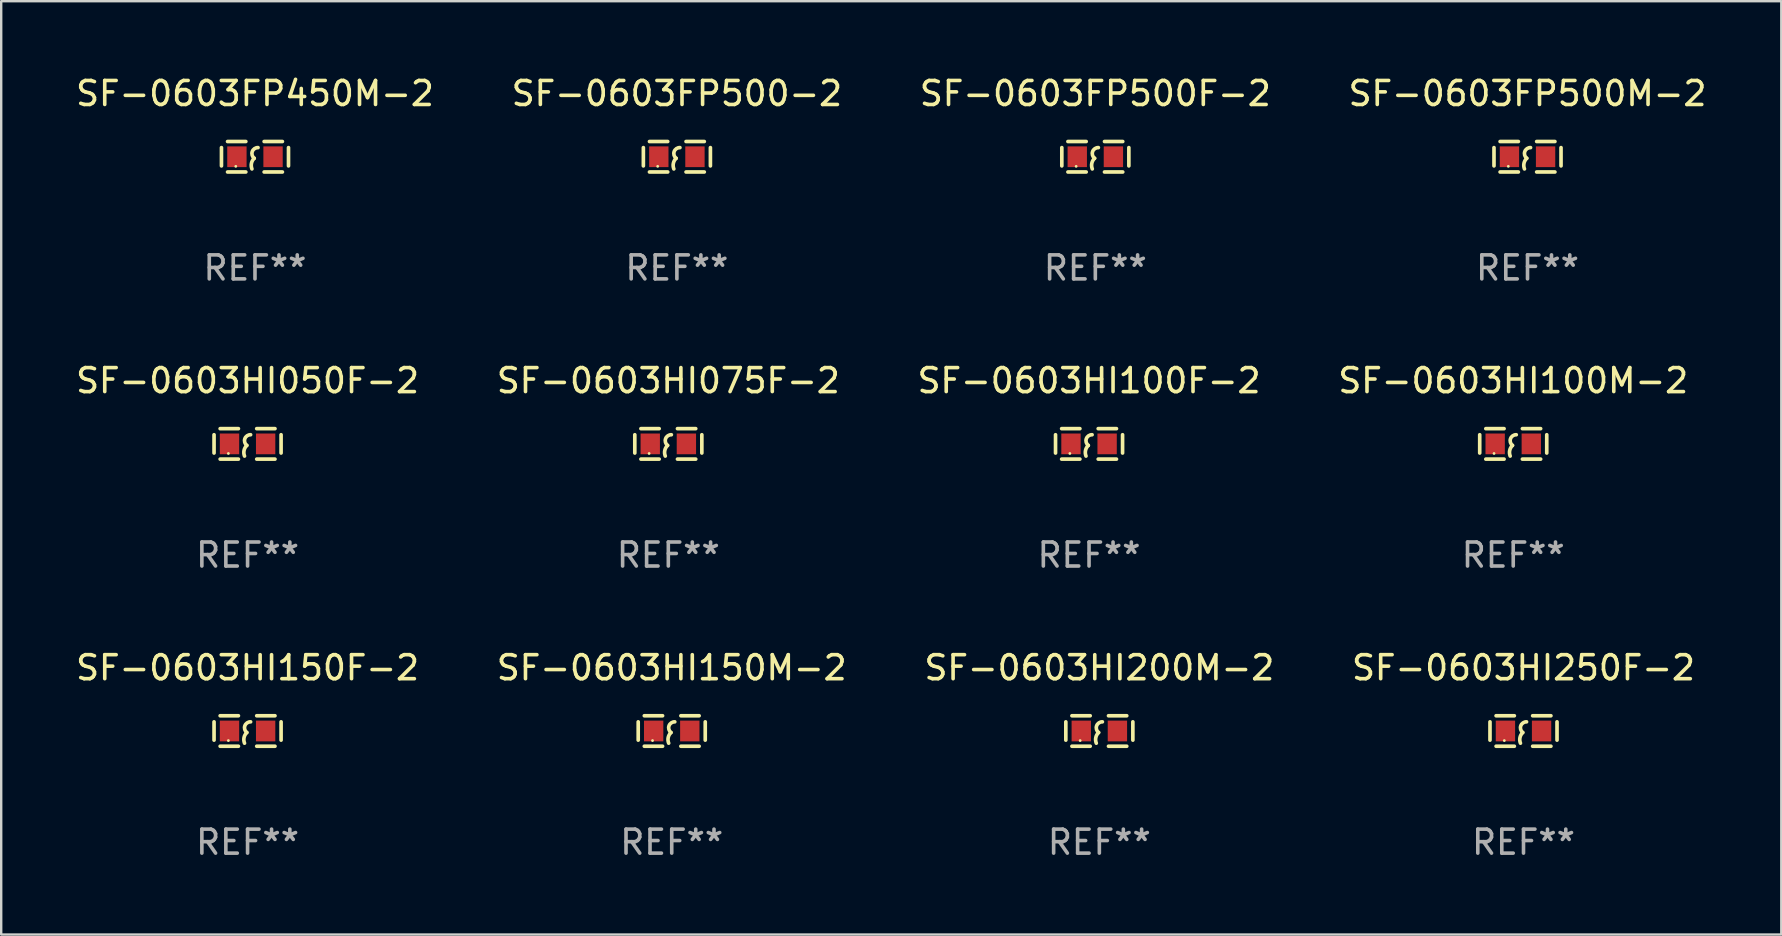
<source format=kicad_pcb>
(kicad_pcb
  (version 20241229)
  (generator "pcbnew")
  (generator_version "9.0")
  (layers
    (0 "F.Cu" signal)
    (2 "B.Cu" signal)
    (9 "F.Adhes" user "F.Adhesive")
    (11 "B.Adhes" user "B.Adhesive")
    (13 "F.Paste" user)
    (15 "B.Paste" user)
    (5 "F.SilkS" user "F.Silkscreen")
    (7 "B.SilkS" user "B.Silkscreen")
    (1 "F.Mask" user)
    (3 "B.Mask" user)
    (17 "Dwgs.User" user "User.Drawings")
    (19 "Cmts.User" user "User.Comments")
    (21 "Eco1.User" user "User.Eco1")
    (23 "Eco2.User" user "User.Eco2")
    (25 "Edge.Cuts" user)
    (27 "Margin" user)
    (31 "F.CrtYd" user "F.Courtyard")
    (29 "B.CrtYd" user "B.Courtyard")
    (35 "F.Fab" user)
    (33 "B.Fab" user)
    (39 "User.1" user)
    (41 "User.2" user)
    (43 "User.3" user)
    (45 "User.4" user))
  (footprint "SF-0603HI100F-2"
    (layer "F.Cu")
    (at 42.339 15.45)
    (property "Reference" "SF-0603HI100F-2" (at 0 -2.635 0) (layer "F.SilkS") (effects (font (size 1 1) (thickness 0.15))))
    (attr through_hole)
    (fp_line (start -1.397 -0.381) (end -1.397 0.381) (stroke (width 0.152) (type solid)) (layer "F.SilkS"))
    (fp_line (start -0.381 -0.635) (end -1.143 -0.635) (stroke (width 0.152) (type solid)) (layer "F.SilkS"))
    (fp_line (start -0.381 0.635) (end -1.143 0.635) (stroke (width 0.152) (type solid)) (layer "F.SilkS"))
    (fp_line (start 0.381 -0.635) (end 1.143 -0.635) (stroke (width 0.152) (type solid)) (layer "F.SilkS"))
    (fp_line (start 0.381 0.635) (end 1.143 0.635) (stroke (width 0.152) (type solid)) (layer "F.SilkS"))
    (fp_line (start 1.397 -0.381) (end 1.397 0.381) (stroke (width 0.152) (type solid)) (layer "F.SilkS"))
    (fp_arc (start -0.127 0.508001) (mid -0.146523 0.271131) (end -0.030861 0.0635) (stroke (width 0.151994) (type solid)) (layer "F.SilkS"))
    (fp_arc (start -0.03175 0.0635) (mid -0.113571 -0.216321) (end 0.127001 -0.381002) (stroke (width 0.151994) (type solid)) (layer "F.SilkS"))
    (fp_circle (center -0.8 0.4) (end -0.77 0.4) (stroke (width 0.06) (type solid)) (fill no) (layer "F.SilkS"))
    (fp_text user "REF**" (at 0 4.635 0) (layer "F.Fab") (effects (font (size 1 1) (thickness 0.15))))
    (pad "1" smd rect (at -0.753 0) (size 0.806 0.864) (layers "F.Cu" "F.Mask" "F.Paste"))
    (pad "2" smd rect (at 0.753 0) (size 0.806 0.864) (layers "F.Cu" "F.Mask" "F.Paste")))
  (footprint "SF-0603FP500F-2"
    (layer "F.Cu")
    (at 42.601 3.483)
    (property "Reference" "SF-0603FP500F-2" (at 0 -2.635 0) (layer "F.SilkS") (effects (font (size 1 1) (thickness 0.15))))
    (attr through_hole)
    (fp_line (start -1.397 -0.381) (end -1.397 0.381) (stroke (width 0.152) (type solid)) (layer "F.SilkS"))
    (fp_line (start -0.381 -0.635) (end -1.143 -0.635) (stroke (width 0.152) (type solid)) (layer "F.SilkS"))
    (fp_line (start -0.381 0.635) (end -1.143 0.635) (stroke (width 0.152) (type solid)) (layer "F.SilkS"))
    (fp_line (start 0.381 -0.635) (end 1.143 -0.635) (stroke (width 0.152) (type solid)) (layer "F.SilkS"))
    (fp_line (start 0.381 0.635) (end 1.143 0.635) (stroke (width 0.152) (type solid)) (layer "F.SilkS"))
    (fp_line (start 1.397 -0.381) (end 1.397 0.381) (stroke (width 0.152) (type solid)) (layer "F.SilkS"))
    (fp_arc (start -0.127 0.508001) (mid -0.146523 0.271131) (end -0.030861 0.0635) (stroke (width 0.151994) (type solid)) (layer "F.SilkS"))
    (fp_arc (start -0.03175 0.0635) (mid -0.113571 -0.216321) (end 0.127001 -0.381002) (stroke (width 0.151994) (type solid)) (layer "F.SilkS"))
    (fp_circle (center -0.8 0.4) (end -0.77 0.4) (stroke (width 0.06) (type solid)) (fill no) (layer "F.SilkS"))
    (fp_text user "REF**" (at 0 4.635 0) (layer "F.Fab") (effects (font (size 1 1) (thickness 0.15))))
    (pad "1" smd rect (at -0.753 0) (size 0.806 0.864) (layers "F.Cu" "F.Mask" "F.Paste"))
    (pad "2" smd rect (at 0.753 0) (size 0.806 0.864) (layers "F.Cu" "F.Mask" "F.Paste")))
  (footprint "SF-0603HI250F-2"
    (layer "F.Cu")
    (at 60.446 27.416)
    (property "Reference" "SF-0603HI250F-2" (at 0 -2.635 0) (layer "F.SilkS") (effects (font (size 1 1) (thickness 0.15))))
    (attr through_hole)
    (fp_line (start -1.397 -0.381) (end -1.397 0.381) (stroke (width 0.152) (type solid)) (layer "F.SilkS"))
    (fp_line (start -0.381 -0.635) (end -1.143 -0.635) (stroke (width 0.152) (type solid)) (layer "F.SilkS"))
    (fp_line (start -0.381 0.635) (end -1.143 0.635) (stroke (width 0.152) (type solid)) (layer "F.SilkS"))
    (fp_line (start 0.381 -0.635) (end 1.143 -0.635) (stroke (width 0.152) (type solid)) (layer "F.SilkS"))
    (fp_line (start 0.381 0.635) (end 1.143 0.635) (stroke (width 0.152) (type solid)) (layer "F.SilkS"))
    (fp_line (start 1.397 -0.381) (end 1.397 0.381) (stroke (width 0.152) (type solid)) (layer "F.SilkS"))
    (fp_arc (start -0.127 0.508001) (mid -0.146523 0.271131) (end -0.030861 0.0635) (stroke (width 0.151994) (type solid)) (layer "F.SilkS"))
    (fp_arc (start -0.03175 0.0635) (mid -0.113571 -0.216321) (end 0.127001 -0.381002) (stroke (width 0.151994) (type solid)) (layer "F.SilkS"))
    (fp_circle (center -0.8 0.4) (end -0.77 0.4) (stroke (width 0.06) (type solid)) (fill no) (layer "F.SilkS"))
    (fp_text user "REF**" (at 0 4.635 0) (layer "F.Fab") (effects (font (size 1 1) (thickness 0.15))))
    (pad "1" smd rect (at -0.753 0) (size 0.806 0.864) (layers "F.Cu" "F.Mask" "F.Paste"))
    (pad "2" smd rect (at 0.753 0) (size 0.806 0.864) (layers "F.Cu" "F.Mask" "F.Paste")))
  (footprint "SF-0603HI200M-2"
    (layer "F.Cu")
    (at 42.768 27.416)
    (property "Reference" "SF-0603HI200M-2" (at 0 -2.635 0) (layer "F.SilkS") (effects (font (size 1 1) (thickness 0.15))))
    (attr through_hole)
    (fp_line (start -1.397 -0.381) (end -1.397 0.381) (stroke (width 0.152) (type solid)) (layer "F.SilkS"))
    (fp_line (start -0.381 -0.635) (end -1.143 -0.635) (stroke (width 0.152) (type solid)) (layer "F.SilkS"))
    (fp_line (start -0.381 0.635) (end -1.143 0.635) (stroke (width 0.152) (type solid)) (layer "F.SilkS"))
    (fp_line (start 0.381 -0.635) (end 1.143 -0.635) (stroke (width 0.152) (type solid)) (layer "F.SilkS"))
    (fp_line (start 0.381 0.635) (end 1.143 0.635) (stroke (width 0.152) (type solid)) (layer "F.SilkS"))
    (fp_line (start 1.397 -0.381) (end 1.397 0.381) (stroke (width 0.152) (type solid)) (layer "F.SilkS"))
    (fp_arc (start -0.127 0.508001) (mid -0.146523 0.271131) (end -0.030861 0.0635) (stroke (width 0.151994) (type solid)) (layer "F.SilkS"))
    (fp_arc (start -0.03175 0.0635) (mid -0.113571 -0.216321) (end 0.127001 -0.381002) (stroke (width 0.151994) (type solid)) (layer "F.SilkS"))
    (fp_circle (center -0.8 0.4) (end -0.77 0.4) (stroke (width 0.06) (type solid)) (fill no) (layer "F.SilkS"))
    (fp_text user "REF**" (at 0 4.635 0) (layer "F.Fab") (effects (font (size 1 1) (thickness 0.15))))
    (pad "1" smd rect (at -0.753 0) (size 0.806 0.864) (layers "F.Cu" "F.Mask" "F.Paste"))
    (pad "2" smd rect (at 0.753 0) (size 0.806 0.864) (layers "F.Cu" "F.Mask" "F.Paste")))
  (footprint "SF-0603HI100M-2"
    (layer "F.Cu")
    (at 60.018 15.45)
    (property "Reference" "SF-0603HI100M-2" (at 0 -2.635 0) (layer "F.SilkS") (effects (font (size 1 1) (thickness 0.15))))
    (attr through_hole)
    (fp_line (start -1.397 -0.381) (end -1.397 0.381) (stroke (width 0.152) (type solid)) (layer "F.SilkS"))
    (fp_line (start -0.381 -0.635) (end -1.143 -0.635) (stroke (width 0.152) (type solid)) (layer "F.SilkS"))
    (fp_line (start -0.381 0.635) (end -1.143 0.635) (stroke (width 0.152) (type solid)) (layer "F.SilkS"))
    (fp_line (start 0.381 -0.635) (end 1.143 -0.635) (stroke (width 0.152) (type solid)) (layer "F.SilkS"))
    (fp_line (start 0.381 0.635) (end 1.143 0.635) (stroke (width 0.152) (type solid)) (layer "F.SilkS"))
    (fp_line (start 1.397 -0.381) (end 1.397 0.381) (stroke (width 0.152) (type solid)) (layer "F.SilkS"))
    (fp_arc (start -0.127 0.508001) (mid -0.146523 0.271131) (end -0.030861 0.0635) (stroke (width 0.151994) (type solid)) (layer "F.SilkS"))
    (fp_arc (start -0.03175 0.0635) (mid -0.113571 -0.216321) (end 0.127001 -0.381002) (stroke (width 0.151994) (type solid)) (layer "F.SilkS"))
    (fp_circle (center -0.8 0.4) (end -0.77 0.4) (stroke (width 0.06) (type solid)) (fill no) (layer "F.SilkS"))
    (fp_text user "REF**" (at 0 4.635 0) (layer "F.Fab") (effects (font (size 1 1) (thickness 0.15))))
    (pad "1" smd rect (at -0.753 0) (size 0.806 0.864) (layers "F.Cu" "F.Mask" "F.Paste"))
    (pad "2" smd rect (at 0.753 0) (size 0.806 0.864) (layers "F.Cu" "F.Mask" "F.Paste")))
  (footprint "SF-0603FP500M-2"
    (layer "F.Cu")
    (at 60.613 3.483)
    (property "Reference" "SF-0603FP500M-2" (at 0 -2.635 0) (layer "F.SilkS") (effects (font (size 1 1) (thickness 0.15))))
    (attr through_hole)
    (fp_line (start -1.397 -0.381) (end -1.397 0.381) (stroke (width 0.152) (type solid)) (layer "F.SilkS"))
    (fp_line (start -0.381 -0.635) (end -1.143 -0.635) (stroke (width 0.152) (type solid)) (layer "F.SilkS"))
    (fp_line (start -0.381 0.635) (end -1.143 0.635) (stroke (width 0.152) (type solid)) (layer "F.SilkS"))
    (fp_line (start 0.381 -0.635) (end 1.143 -0.635) (stroke (width 0.152) (type solid)) (layer "F.SilkS"))
    (fp_line (start 0.381 0.635) (end 1.143 0.635) (stroke (width 0.152) (type solid)) (layer "F.SilkS"))
    (fp_line (start 1.397 -0.381) (end 1.397 0.381) (stroke (width 0.152) (type solid)) (layer "F.SilkS"))
    (fp_arc (start -0.127 0.508001) (mid -0.146523 0.271131) (end -0.030861 0.0635) (stroke (width 0.151994) (type solid)) (layer "F.SilkS"))
    (fp_arc (start -0.03175 0.0635) (mid -0.113571 -0.216321) (end 0.127001 -0.381002) (stroke (width 0.151994) (type solid)) (layer "F.SilkS"))
    (fp_circle (center -0.8 0.4) (end -0.77 0.4) (stroke (width 0.06) (type solid)) (fill no) (layer "F.SilkS"))
    (fp_text user "REF**" (at 0 4.635 0) (layer "F.Fab") (effects (font (size 1 1) (thickness 0.15))))
    (pad "1" smd rect (at -0.753 0) (size 0.806 0.864) (layers "F.Cu" "F.Mask" "F.Paste"))
    (pad "2" smd rect (at 0.753 0) (size 0.806 0.864) (layers "F.Cu" "F.Mask" "F.Paste")))
  (footprint "SF-0603HI050F-2"
    (layer "F.Cu")
    (at 7.268 15.45)
    (property "Reference" "SF-0603HI050F-2" (at 0 -2.635 0) (layer "F.SilkS") (effects (font (size 1 1) (thickness 0.15))))
    (attr through_hole)
    (fp_line (start -1.397 -0.381) (end -1.397 0.381) (stroke (width 0.152) (type solid)) (layer "F.SilkS"))
    (fp_line (start -0.381 -0.635) (end -1.143 -0.635) (stroke (width 0.152) (type solid)) (layer "F.SilkS"))
    (fp_line (start -0.381 0.635) (end -1.143 0.635) (stroke (width 0.152) (type solid)) (layer "F.SilkS"))
    (fp_line (start 0.381 -0.635) (end 1.143 -0.635) (stroke (width 0.152) (type solid)) (layer "F.SilkS"))
    (fp_line (start 0.381 0.635) (end 1.143 0.635) (stroke (width 0.152) (type solid)) (layer "F.SilkS"))
    (fp_line (start 1.397 -0.381) (end 1.397 0.381) (stroke (width 0.152) (type solid)) (layer "F.SilkS"))
    (fp_arc (start -0.127 0.508001) (mid -0.146523 0.271131) (end -0.030861 0.0635) (stroke (width 0.151994) (type solid)) (layer "F.SilkS"))
    (fp_arc (start -0.03175 0.0635) (mid -0.113571 -0.216321) (end 0.127001 -0.381002) (stroke (width 0.151994) (type solid)) (layer "F.SilkS"))
    (fp_circle (center -0.8 0.4) (end -0.77 0.4) (stroke (width 0.06) (type solid)) (fill no) (layer "F.SilkS"))
    (fp_text user "REF**" (at 0 4.635 0) (layer "F.Fab") (effects (font (size 1 1) (thickness 0.15))))
    (pad "1" smd rect (at -0.753 0) (size 0.806 0.864) (layers "F.Cu" "F.Mask" "F.Paste"))
    (pad "2" smd rect (at 0.753 0) (size 0.806 0.864) (layers "F.Cu" "F.Mask" "F.Paste")))
  (footprint "SF-0603HI150M-2"
    (layer "F.Cu")
    (at 24.946 27.416)
    (property "Reference" "SF-0603HI150M-2" (at 0 -2.635 0) (layer "F.SilkS") (effects (font (size 1 1) (thickness 0.15))))
    (attr through_hole)
    (fp_line (start -1.397 -0.381) (end -1.397 0.381) (stroke (width 0.152) (type solid)) (layer "F.SilkS"))
    (fp_line (start -0.381 -0.635) (end -1.143 -0.635) (stroke (width 0.152) (type solid)) (layer "F.SilkS"))
    (fp_line (start -0.381 0.635) (end -1.143 0.635) (stroke (width 0.152) (type solid)) (layer "F.SilkS"))
    (fp_line (start 0.381 -0.635) (end 1.143 -0.635) (stroke (width 0.152) (type solid)) (layer "F.SilkS"))
    (fp_line (start 0.381 0.635) (end 1.143 0.635) (stroke (width 0.152) (type solid)) (layer "F.SilkS"))
    (fp_line (start 1.397 -0.381) (end 1.397 0.381) (stroke (width 0.152) (type solid)) (layer "F.SilkS"))
    (fp_arc (start -0.127 0.508001) (mid -0.146523 0.271131) (end -0.030861 0.0635) (stroke (width 0.151994) (type solid)) (layer "F.SilkS"))
    (fp_arc (start -0.03175 0.0635) (mid -0.113571 -0.216321) (end 0.127001 -0.381002) (stroke (width 0.151994) (type solid)) (layer "F.SilkS"))
    (fp_circle (center -0.8 0.4) (end -0.77 0.4) (stroke (width 0.06) (type solid)) (fill no) (layer "F.SilkS"))
    (fp_text user "REF**" (at 0 4.635 0) (layer "F.Fab") (effects (font (size 1 1) (thickness 0.15))))
    (pad "1" smd rect (at -0.753 0) (size 0.806 0.864) (layers "F.Cu" "F.Mask" "F.Paste"))
    (pad "2" smd rect (at 0.753 0) (size 0.806 0.864) (layers "F.Cu" "F.Mask" "F.Paste")))
  (footprint "SF-0603HI075F-2"
    (layer "F.Cu")
    (at 24.804 15.45)
    (property "Reference" "SF-0603HI075F-2" (at 0 -2.635 0) (layer "F.SilkS") (effects (font (size 1 1) (thickness 0.15))))
    (attr through_hole)
    (fp_line (start -1.397 -0.381) (end -1.397 0.381) (stroke (width 0.152) (type solid)) (layer "F.SilkS"))
    (fp_line (start -0.381 -0.635) (end -1.143 -0.635) (stroke (width 0.152) (type solid)) (layer "F.SilkS"))
    (fp_line (start -0.381 0.635) (end -1.143 0.635) (stroke (width 0.152) (type solid)) (layer "F.SilkS"))
    (fp_line (start 0.381 -0.635) (end 1.143 -0.635) (stroke (width 0.152) (type solid)) (layer "F.SilkS"))
    (fp_line (start 0.381 0.635) (end 1.143 0.635) (stroke (width 0.152) (type solid)) (layer "F.SilkS"))
    (fp_line (start 1.397 -0.381) (end 1.397 0.381) (stroke (width 0.152) (type solid)) (layer "F.SilkS"))
    (fp_arc (start -0.127 0.508001) (mid -0.146523 0.271131) (end -0.030861 0.0635) (stroke (width 0.151994) (type solid)) (layer "F.SilkS"))
    (fp_arc (start -0.03175 0.0635) (mid -0.113571 -0.216321) (end 0.127001 -0.381002) (stroke (width 0.151994) (type solid)) (layer "F.SilkS"))
    (fp_circle (center -0.8 0.4) (end -0.77 0.4) (stroke (width 0.06) (type solid)) (fill no) (layer "F.SilkS"))
    (fp_text user "REF**" (at 0 4.635 0) (layer "F.Fab") (effects (font (size 1 1) (thickness 0.15))))
    (pad "1" smd rect (at -0.753 0) (size 0.806 0.864) (layers "F.Cu" "F.Mask" "F.Paste"))
    (pad "2" smd rect (at 0.753 0) (size 0.806 0.864) (layers "F.Cu" "F.Mask" "F.Paste")))
  (footprint "SF-0603FP500-2"
    (layer "F.Cu")
    (at 25.161 3.483)
    (property "Reference" "SF-0603FP500-2" (at 0 -2.635 0) (layer "F.SilkS") (effects (font (size 1 1) (thickness 0.15))))
    (attr through_hole)
    (fp_line (start -1.397 -0.381) (end -1.397 0.381) (stroke (width 0.152) (type solid)) (layer "F.SilkS"))
    (fp_line (start -0.381 -0.635) (end -1.143 -0.635) (stroke (width 0.152) (type solid)) (layer "F.SilkS"))
    (fp_line (start -0.381 0.635) (end -1.143 0.635) (stroke (width 0.152) (type solid)) (layer "F.SilkS"))
    (fp_line (start 0.381 -0.635) (end 1.143 -0.635) (stroke (width 0.152) (type solid)) (layer "F.SilkS"))
    (fp_line (start 0.381 0.635) (end 1.143 0.635) (stroke (width 0.152) (type solid)) (layer "F.SilkS"))
    (fp_line (start 1.397 -0.381) (end 1.397 0.381) (stroke (width 0.152) (type solid)) (layer "F.SilkS"))
    (fp_arc (start -0.127 0.508001) (mid -0.146523 0.271131) (end -0.030861 0.0635) (stroke (width 0.151994) (type solid)) (layer "F.SilkS"))
    (fp_arc (start -0.03175 0.0635) (mid -0.113571 -0.216321) (end 0.127001 -0.381002) (stroke (width 0.151994) (type solid)) (layer "F.SilkS"))
    (fp_circle (center -0.8 0.4) (end -0.77 0.4) (stroke (width 0.06) (type solid)) (fill no) (layer "F.SilkS"))
    (fp_text user "REF**" (at 0 4.635 0) (layer "F.Fab") (effects (font (size 1 1) (thickness 0.15))))
    (pad "1" smd rect (at -0.753 0) (size 0.806 0.864) (layers "F.Cu" "F.Mask" "F.Paste"))
    (pad "2" smd rect (at 0.753 0) (size 0.806 0.864) (layers "F.Cu" "F.Mask" "F.Paste")))
  (footprint "SF-0603FP450M-2"
    (layer "F.Cu")
    (at 7.577 3.483)
    (property "Reference" "SF-0603FP450M-2" (at 0 -2.635 0) (layer "F.SilkS") (effects (font (size 1 1) (thickness 0.15))))
    (attr through_hole)
    (fp_line (start -1.397 -0.381) (end -1.397 0.381) (stroke (width 0.152) (type solid)) (layer "F.SilkS"))
    (fp_line (start -0.381 -0.635) (end -1.143 -0.635) (stroke (width 0.152) (type solid)) (layer "F.SilkS"))
    (fp_line (start -0.381 0.635) (end -1.143 0.635) (stroke (width 0.152) (type solid)) (layer "F.SilkS"))
    (fp_line (start 0.381 -0.635) (end 1.143 -0.635) (stroke (width 0.152) (type solid)) (layer "F.SilkS"))
    (fp_line (start 0.381 0.635) (end 1.143 0.635) (stroke (width 0.152) (type solid)) (layer "F.SilkS"))
    (fp_line (start 1.397 -0.381) (end 1.397 0.381) (stroke (width 0.152) (type solid)) (layer "F.SilkS"))
    (fp_arc (start -0.127 0.508001) (mid -0.146523 0.271131) (end -0.030861 0.0635) (stroke (width 0.151994) (type solid)) (layer "F.SilkS"))
    (fp_arc (start -0.03175 0.0635) (mid -0.113571 -0.216321) (end 0.127001 -0.381002) (stroke (width 0.151994) (type solid)) (layer "F.SilkS"))
    (fp_circle (center -0.8 0.4) (end -0.77 0.4) (stroke (width 0.06) (type solid)) (fill no) (layer "F.SilkS"))
    (fp_text user "REF**" (at 0 4.635 0) (layer "F.Fab") (effects (font (size 1 1) (thickness 0.15))))
    (pad "1" smd rect (at -0.753 0) (size 0.806 0.864) (layers "F.Cu" "F.Mask" "F.Paste"))
    (pad "2" smd rect (at 0.753 0) (size 0.806 0.864) (layers "F.Cu" "F.Mask" "F.Paste")))
  (footprint "SF-0603HI150F-2"
    (layer "F.Cu")
    (at 7.268 27.416)
    (property "Reference" "SF-0603HI150F-2" (at 0 -2.635 0) (layer "F.SilkS") (effects (font (size 1 1) (thickness 0.15))))
    (attr through_hole)
    (fp_line (start -1.397 -0.381) (end -1.397 0.381) (stroke (width 0.152) (type solid)) (layer "F.SilkS"))
    (fp_line (start -0.381 -0.635) (end -1.143 -0.635) (stroke (width 0.152) (type solid)) (layer "F.SilkS"))
    (fp_line (start -0.381 0.635) (end -1.143 0.635) (stroke (width 0.152) (type solid)) (layer "F.SilkS"))
    (fp_line (start 0.381 -0.635) (end 1.143 -0.635) (stroke (width 0.152) (type solid)) (layer "F.SilkS"))
    (fp_line (start 0.381 0.635) (end 1.143 0.635) (stroke (width 0.152) (type solid)) (layer "F.SilkS"))
    (fp_line (start 1.397 -0.381) (end 1.397 0.381) (stroke (width 0.152) (type solid)) (layer "F.SilkS"))
    (fp_arc (start -0.127 0.508001) (mid -0.146523 0.271131) (end -0.030861 0.0635) (stroke (width 0.151994) (type solid)) (layer "F.SilkS"))
    (fp_arc (start -0.03175 0.0635) (mid -0.113571 -0.216321) (end 0.127001 -0.381002) (stroke (width 0.151994) (type solid)) (layer "F.SilkS"))
    (fp_circle (center -0.8 0.4) (end -0.77 0.4) (stroke (width 0.06) (type solid)) (fill no) (layer "F.SilkS"))
    (fp_text user "REF**" (at 0 4.635 0) (layer "F.Fab") (effects (font (size 1 1) (thickness 0.15))))
    (pad "1" smd rect (at -0.753 0) (size 0.806 0.864) (layers "F.Cu" "F.Mask" "F.Paste"))
    (pad "2" smd rect (at 0.753 0) (size 0.806 0.864) (layers "F.Cu" "F.Mask" "F.Paste")))
  (gr_rect
    (start -3 -3)
    (end 71.19 35.9)
    (stroke (width 0.1) (type default))
    (fill no)
    (layer "Edge.Cuts")))
</source>
